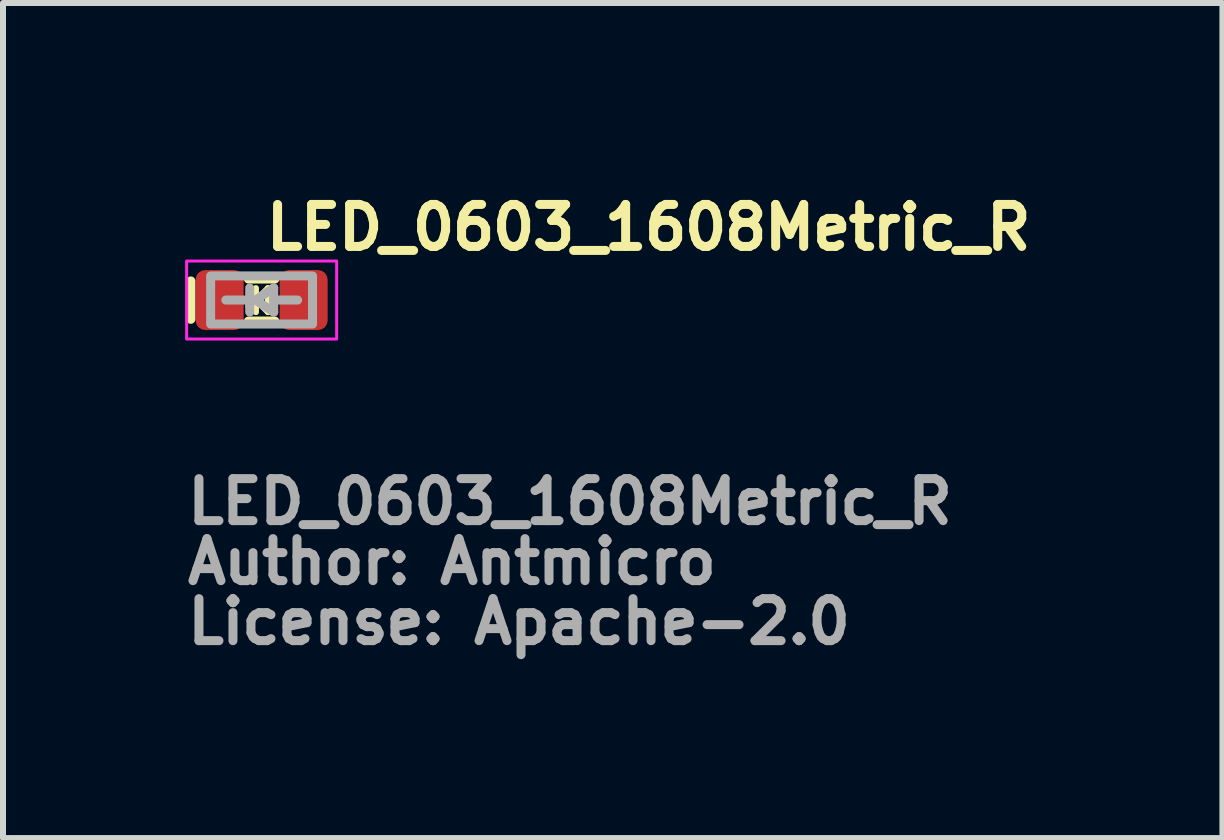
<source format=kicad_pcb>
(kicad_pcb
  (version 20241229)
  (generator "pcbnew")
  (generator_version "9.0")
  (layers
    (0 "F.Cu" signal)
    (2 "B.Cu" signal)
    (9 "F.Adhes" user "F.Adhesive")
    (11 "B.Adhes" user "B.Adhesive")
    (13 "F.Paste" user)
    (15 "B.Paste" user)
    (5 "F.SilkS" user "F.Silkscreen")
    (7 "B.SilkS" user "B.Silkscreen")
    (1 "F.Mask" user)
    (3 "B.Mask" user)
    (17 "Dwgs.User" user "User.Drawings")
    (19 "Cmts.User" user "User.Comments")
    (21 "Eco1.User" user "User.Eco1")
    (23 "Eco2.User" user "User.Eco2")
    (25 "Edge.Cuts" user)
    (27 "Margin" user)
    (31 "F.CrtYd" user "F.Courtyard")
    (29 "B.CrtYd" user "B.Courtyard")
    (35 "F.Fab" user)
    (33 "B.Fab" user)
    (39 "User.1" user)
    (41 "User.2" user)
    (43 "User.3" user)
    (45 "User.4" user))
  (footprint "LED_0603_1608Metric_R"
    (layer "F.Cu")
    (at 1.31 1.95)
    (property "Reference" "LED_0603_1608Metric_R" (at 0 -0.8 0) (layer "F.SilkS") (effects (font (size 0.7 0.7) (thickness 0.15)) (justify left bottom)))
    (attr smd)
    (fp_line (start -1.18 -0.319) (end -1.18 0.321) (stroke (width 0.15) (type solid)) (layer "F.SilkS"))
    (fp_line (start -0.095 0.001) (end -0.24 0.001) (stroke (width 0.1) (type solid)) (layer "F.SilkS"))
    (fp_line (start -0.095 0.001) (end 0.105 -0.199) (stroke (width 0.1) (type solid)) (layer "F.SilkS"))
    (fp_line (start -0.095 0.201) (end -0.095 -0.199) (stroke (width 0.1) (type solid)) (layer "F.SilkS"))
    (fp_line (start 0.105 0.001) (end 0.24 0.001) (stroke (width 0.1) (type solid)) (layer "F.SilkS"))
    (fp_line (start 0.105 0.201) (end -0.095 0.001) (stroke (width 0.1) (type solid)) (layer "F.SilkS"))
    (fp_line (start 0.105 0.201) (end 0.105 -0.199) (stroke (width 0.1) (type solid)) (layer "F.SilkS"))
    (fp_line (start 0.22 -0.35) (end -0.22 -0.35) (stroke (width 0.15) (type solid)) (layer "F.SilkS"))
    (fp_line (start 0.22 0.35) (end -0.22 0.35) (stroke (width 0.15) (type solid)) (layer "F.SilkS"))
    (fp_rect (start 1.25 0.65) (end -1.25 -0.65) (stroke (width 0.05) (type solid)) (fill no) (layer "F.CrtYd"))
    (fp_line (start -0.199 -0.202) (end -0.199 0.1) (stroke (width 0.15) (type solid)) (layer "F.Fab"))
    (fp_line (start -0.199 0) (end -0.597 0) (stroke (width 0.15) (type solid)) (layer "F.Fab"))
    (fp_line (start -0.199 0.2) (end -0.199 0.1) (stroke (width 0.15) (type solid)) (layer "F.Fab"))
    (fp_line (start -0.101 0) (end 0.201 0.2) (stroke (width 0.15) (type solid)) (layer "F.Fab"))
    (fp_line (start 0.201 -0.202) (end -0.101 0) (stroke (width 0.15) (type solid)) (layer "F.Fab"))
    (fp_line (start 0.201 0) (end 0.201 -0.202) (stroke (width 0.15) (type solid)) (layer "F.Fab"))
    (fp_line (start 0.201 0.2) (end 0.201 0) (stroke (width 0.15) (type solid)) (layer "F.Fab"))
    (fp_line (start 0.599 0) (end 0.201 0) (stroke (width 0.15) (type solid)) (layer "F.Fab"))
    (fp_rect (start 0.848 0.4) (end -0.85 -0.402) (stroke (width 0.15) (type solid)) (fill no) (layer "F.Fab"))
    (fp_rect (start -0.81 -0.4) (end 0.81 0.4) (stroke (width 0.1) (type solid)) (fill no) (layer "User.5"))
    (fp_line (start -0.812 -0.342) (end -0.812 -0.15) (stroke (width 0.02) (type solid)) (layer "User.9"))
    (fp_line (start -0.812 -0.15) (end -0.801 -0.151) (stroke (width 0.02) (type solid)) (layer "User.9"))
    (fp_line (start -0.812 0.148) (end -0.812 0.34) (stroke (width 0.02) (type solid)) (layer "User.9"))
    (fp_line (start -0.812 0.34) (end -0.58 0.34) (stroke (width 0.02) (type solid)) (layer "User.9"))
    (fp_line (start -0.806 0.148) (end -0.812 0.148) (stroke (width 0.02) (type solid)) (layer "User.9"))
    (fp_line (start -0.802 -0.402) (end -0.802 -0.342) (stroke (width 0.02) (type solid)) (layer "User.9"))
    (fp_line (start -0.802 0.34) (end -0.802 0.4) (stroke (width 0.02) (type solid)) (layer "User.9"))
    (fp_line (start -0.802 0.4) (end 0.8 0.4) (stroke (width 0.02) (type solid)) (layer "User.9"))
    (fp_line (start -0.801 -0.151) (end -0.791 -0.15) (stroke (width 0.02) (type solid)) (layer "User.9"))
    (fp_line (start -0.801 0.149) (end -0.806 0.148) (stroke (width 0.02) (type solid)) (layer "User.9"))
    (fp_line (start -0.796 0.148) (end -0.801 0.149) (stroke (width 0.02) (type solid)) (layer "User.9"))
    (fp_line (start -0.791 -0.15) (end -0.78 -0.149) (stroke (width 0.02) (type solid)) (layer "User.9"))
    (fp_line (start -0.791 0.148) (end -0.796 0.148) (stroke (width 0.02) (type solid)) (layer "User.9"))
    (fp_line (start -0.786 0.148) (end -0.791 0.148) (stroke (width 0.02) (type solid)) (layer "User.9"))
    (fp_line (start -0.782 -0.392) (end -0.782 -0.342) (stroke (width 0.02) (type solid)) (layer "User.9"))
    (fp_line (start -0.782 0.34) (end -0.782 0.39) (stroke (width 0.02) (type solid)) (layer "User.9"))
    (fp_line (start -0.782 0.39) (end -0.5 0.39) (stroke (width 0.02) (type solid)) (layer "User.9"))
    (fp_line (start -0.78 -0.149) (end -0.77 -0.147) (stroke (width 0.02) (type solid)) (layer "User.9"))
    (fp_line (start -0.78 0.147) (end -0.786 0.148) (stroke (width 0.02) (type solid)) (layer "User.9"))
    (fp_line (start -0.775 0.146) (end -0.78 0.147) (stroke (width 0.02) (type solid)) (layer "User.9"))
    (fp_line (start -0.77 -0.147) (end -0.76 -0.145) (stroke (width 0.02) (type solid)) (layer "User.9"))
    (fp_line (start -0.77 0.145) (end -0.775 0.146) (stroke (width 0.02) (type solid)) (layer "User.9"))
    (fp_line (start -0.764 0.144) (end -0.77 0.145) (stroke (width 0.02) (type solid)) (layer "User.9"))
    (fp_line (start -0.76 -0.145) (end -0.75 -0.143) (stroke (width 0.02) (type solid)) (layer "User.9"))
    (fp_line (start -0.76 0.144) (end -0.764 0.144) (stroke (width 0.02) (type solid)) (layer "User.9"))
    (fp_line (start -0.755 0.142) (end -0.76 0.144) (stroke (width 0.02) (type solid)) (layer "User.9"))
    (fp_line (start -0.75 -0.143) (end -0.74 -0.139) (stroke (width 0.02) (type solid)) (layer "User.9"))
    (fp_line (start -0.75 0.141) (end -0.755 0.142) (stroke (width 0.02) (type solid)) (layer "User.9"))
    (fp_line (start -0.745 0.139) (end -0.75 0.141) (stroke (width 0.02) (type solid)) (layer "User.9"))
    (fp_line (start -0.74 -0.139) (end -0.731 -0.135) (stroke (width 0.02) (type solid)) (layer "User.9"))
    (fp_line (start -0.74 0.137) (end -0.745 0.139) (stroke (width 0.02) (type solid)) (layer "User.9"))
    (fp_line (start -0.736 0.135) (end -0.74 0.137) (stroke (width 0.02) (type solid)) (layer "User.9"))
    (fp_line (start -0.731 -0.135) (end -0.723 -0.13) (stroke (width 0.02) (type solid)) (layer "User.9"))
    (fp_line (start -0.731 0.133) (end -0.736 0.135) (stroke (width 0.02) (type solid)) (layer "User.9"))
    (fp_line (start -0.727 0.13) (end -0.731 0.133) (stroke (width 0.02) (type solid)) (layer "User.9"))
    (fp_line (start -0.723 -0.13) (end -0.714 -0.123) (stroke (width 0.02) (type solid)) (layer "User.9"))
    (fp_line (start -0.723 0.128) (end -0.727 0.13) (stroke (width 0.02) (type solid)) (layer "User.9"))
    (fp_line (start -0.718 0.124) (end -0.723 0.128) (stroke (width 0.02) (type solid)) (layer "User.9"))
    (fp_line (start -0.714 -0.123) (end -0.706 -0.118) (stroke (width 0.02) (type solid)) (layer "User.9"))
    (fp_line (start -0.714 0.121) (end -0.718 0.124) (stroke (width 0.02) (type solid)) (layer "User.9"))
    (fp_line (start -0.71 0.119) (end -0.714 0.121) (stroke (width 0.02) (type solid)) (layer "User.9"))
    (fp_line (start -0.706 -0.118) (end -0.699 -0.11) (stroke (width 0.02) (type solid)) (layer "User.9"))
    (fp_line (start -0.706 0.116) (end -0.71 0.119) (stroke (width 0.02) (type solid)) (layer "User.9"))
    (fp_line (start -0.703 0.113) (end -0.706 0.116) (stroke (width 0.02) (type solid)) (layer "User.9"))
    (fp_line (start -0.699 -0.11) (end -0.692 -0.104) (stroke (width 0.02) (type solid)) (layer "User.9"))
    (fp_line (start -0.699 0.108) (end -0.703 0.113) (stroke (width 0.02) (type solid)) (layer "User.9"))
    (fp_line (start -0.696 0.105) (end -0.699 0.108) (stroke (width 0.02) (type solid)) (layer "User.9"))
    (fp_line (start -0.692 -0.104) (end -0.685 -0.095) (stroke (width 0.02) (type solid)) (layer "User.9"))
    (fp_line (start -0.692 0.102) (end -0.696 0.105) (stroke (width 0.02) (type solid)) (layer "User.9"))
    (fp_line (start -0.689 0.098) (end -0.692 0.102) (stroke (width 0.02) (type solid)) (layer "User.9"))
    (fp_line (start -0.685 -0.095) (end -0.679 -0.088) (stroke (width 0.02) (type solid)) (layer "User.9"))
    (fp_line (start -0.685 0.093) (end -0.689 0.098) (stroke (width 0.02) (type solid)) (layer "User.9"))
    (fp_line (start -0.682 0.089) (end -0.685 0.093) (stroke (width 0.02) (type solid)) (layer "User.9"))
    (fp_line (start -0.679 -0.088) (end -0.673 -0.078) (stroke (width 0.02) (type solid)) (layer "User.9"))
    (fp_line (start -0.679 0.086) (end -0.682 0.089) (stroke (width 0.02) (type solid)) (layer "User.9"))
    (fp_line (start -0.676 0.082) (end -0.679 0.086) (stroke (width 0.02) (type solid)) (layer "User.9"))
    (fp_line (start -0.673 -0.078) (end -0.673 -0.078) (stroke (width 0.02) (type solid)) (layer "User.9"))
    (fp_line (start -0.673 -0.078) (end -0.668 -0.07) (stroke (width 0.02) (type solid)) (layer "User.9"))
    (fp_line (start -0.673 0.076) (end -0.676 0.082) (stroke (width 0.02) (type solid)) (layer "User.9"))
    (fp_line (start -0.673 0.076) (end -0.673 0.076) (stroke (width 0.02) (type solid)) (layer "User.9"))
    (fp_line (start -0.668 -0.07) (end -0.664 -0.06) (stroke (width 0.02) (type solid)) (layer "User.9"))
    (fp_line (start -0.668 0.068) (end -0.673 0.076) (stroke (width 0.02) (type solid)) (layer "User.9"))
    (fp_line (start -0.664 -0.06) (end -0.66 -0.051) (stroke (width 0.02) (type solid)) (layer "User.9"))
    (fp_line (start -0.664 0.059) (end -0.668 0.068) (stroke (width 0.02) (type solid)) (layer "User.9"))
    (fp_line (start -0.66 -0.051) (end -0.657 -0.042) (stroke (width 0.02) (type solid)) (layer "User.9"))
    (fp_line (start -0.66 0.049) (end -0.664 0.059) (stroke (width 0.02) (type solid)) (layer "User.9"))
    (fp_line (start -0.657 -0.042) (end -0.655 -0.031) (stroke (width 0.02) (type solid)) (layer "User.9"))
    (fp_line (start -0.657 0.04) (end -0.66 0.049) (stroke (width 0.02) (type solid)) (layer "User.9"))
    (fp_line (start -0.655 -0.031) (end -0.653 -0.022) (stroke (width 0.02) (type solid)) (layer "User.9"))
    (fp_line (start -0.655 0.029) (end -0.657 0.04) (stroke (width 0.02) (type solid)) (layer "User.9"))
    (fp_line (start -0.653 -0.022) (end -0.652 -0.011) (stroke (width 0.02) (type solid)) (layer "User.9"))
    (fp_line (start -0.653 0.02) (end -0.655 0.029) (stroke (width 0.02) (type solid)) (layer "User.9"))
    (fp_line (start -0.652 -0.011) (end -0.651 0) (stroke (width 0.02) (type solid)) (layer "User.9"))
    (fp_line (start -0.652 0.01) (end -0.653 0.02) (stroke (width 0.02) (type solid)) (layer "User.9"))
    (fp_line (start -0.651 0) (end -0.652 0.01) (stroke (width 0.02) (type solid)) (layer "User.9"))
    (fp_line (start -0.6 -0.308) (end -0.599 -0.311) (stroke (width 0.02) (type solid)) (layer "User.9"))
    (fp_line (start -0.6 -0.306) (end -0.6 -0.308) (stroke (width 0.02) (type solid)) (layer "User.9"))
    (fp_line (start -0.6 -0.303) (end -0.6 -0.306) (stroke (width 0.02) (type solid)) (layer "User.9"))
    (fp_line (start -0.6 -0.3) (end -0.6 -0.303) (stroke (width 0.02) (type solid)) (layer "User.9"))
    (fp_line (start -0.6 -0.3) (end -0.6 0.298) (stroke (width 0.02) (type solid)) (layer "User.9"))
    (fp_line (start -0.6 0.301) (end -0.6 0.298) (stroke (width 0.02) (type solid)) (layer "User.9"))
    (fp_line (start -0.6 0.304) (end -0.6 0.301) (stroke (width 0.02) (type solid)) (layer "User.9"))
    (fp_line (start -0.6 0.306) (end -0.6 0.304) (stroke (width 0.02) (type solid)) (layer "User.9"))
    (fp_line (start -0.599 -0.313) (end -0.598 -0.315) (stroke (width 0.02) (type solid)) (layer "User.9"))
    (fp_line (start -0.599 -0.311) (end -0.599 -0.313) (stroke (width 0.02) (type solid)) (layer "User.9"))
    (fp_line (start -0.599 0.309) (end -0.6 0.306) (stroke (width 0.02) (type solid)) (layer "User.9"))
    (fp_line (start -0.599 0.311) (end -0.599 0.309) (stroke (width 0.02) (type solid)) (layer "User.9"))
    (fp_line (start -0.598 -0.315) (end -0.597 -0.318) (stroke (width 0.02) (type solid)) (layer "User.9"))
    (fp_line (start -0.598 0.313) (end -0.599 0.311) (stroke (width 0.02) (type solid)) (layer "User.9"))
    (fp_line (start -0.597 -0.32) (end -0.596 -0.323) (stroke (width 0.02) (type solid)) (layer "User.9"))
    (fp_line (start -0.597 -0.318) (end -0.597 -0.32) (stroke (width 0.02) (type solid)) (layer "User.9"))
    (fp_line (start -0.597 0.316) (end -0.598 0.313) (stroke (width 0.02) (type solid)) (layer "User.9"))
    (fp_line (start -0.597 0.318) (end -0.597 0.316) (stroke (width 0.02) (type solid)) (layer "User.9"))
    (fp_line (start -0.596 -0.323) (end -0.594 -0.325) (stroke (width 0.02) (type solid)) (layer "User.9"))
    (fp_line (start -0.596 0.321) (end -0.597 0.318) (stroke (width 0.02) (type solid)) (layer "User.9"))
    (fp_line (start -0.594 -0.325) (end -0.593 -0.327) (stroke (width 0.02) (type solid)) (layer "User.9"))
    (fp_line (start -0.594 0.323) (end -0.596 0.321) (stroke (width 0.02) (type solid)) (layer "User.9"))
    (fp_line (start -0.593 -0.327) (end -0.592 -0.329) (stroke (width 0.02) (type solid)) (layer "User.9"))
    (fp_line (start -0.593 0.325) (end -0.594 0.323) (stroke (width 0.02) (type solid)) (layer "User.9"))
    (fp_line (start -0.592 -0.329) (end -0.591 -0.331) (stroke (width 0.02) (type solid)) (layer "User.9"))
    (fp_line (start -0.592 0.327) (end -0.593 0.325) (stroke (width 0.02) (type solid)) (layer "User.9"))
    (fp_line (start -0.591 -0.331) (end -0.589 -0.333) (stroke (width 0.02) (type solid)) (layer "User.9"))
    (fp_line (start -0.591 0.329) (end -0.592 0.327) (stroke (width 0.02) (type solid)) (layer "User.9"))
    (fp_line (start -0.589 -0.333) (end -0.588 -0.335) (stroke (width 0.02) (type solid)) (layer "User.9"))
    (fp_line (start -0.589 0.331) (end -0.591 0.329) (stroke (width 0.02) (type solid)) (layer "User.9"))
    (fp_line (start -0.588 -0.335) (end -0.586 -0.337) (stroke (width 0.02) (type solid)) (layer "User.9"))
    (fp_line (start -0.588 0.333) (end -0.589 0.331) (stroke (width 0.02) (type solid)) (layer "User.9"))
    (fp_line (start -0.586 -0.337) (end -0.584 -0.339) (stroke (width 0.02) (type solid)) (layer "User.9"))
    (fp_line (start -0.586 0.335) (end -0.588 0.333) (stroke (width 0.02) (type solid)) (layer "User.9"))
    (fp_line (start -0.584 -0.339) (end -0.582 -0.34) (stroke (width 0.02) (type solid)) (layer "User.9"))
    (fp_line (start -0.584 0.337) (end -0.586 0.335) (stroke (width 0.02) (type solid)) (layer "User.9"))
    (fp_line (start -0.582 -0.34) (end -0.58 -0.342) (stroke (width 0.02) (type solid)) (layer "User.9"))
    (fp_line (start -0.582 0.338) (end -0.584 0.337) (stroke (width 0.02) (type solid)) (layer "User.9"))
    (fp_line (start -0.58 -0.342) (end -0.812 -0.342) (stroke (width 0.02) (type solid)) (layer "User.9"))
    (fp_line (start -0.58 -0.342) (end -0.578 -0.343) (stroke (width 0.02) (type solid)) (layer "User.9"))
    (fp_line (start -0.58 0.34) (end -0.582 0.338) (stroke (width 0.02) (type solid)) (layer "User.9"))
    (fp_line (start -0.578 -0.343) (end -0.577 -0.344) (stroke (width 0.02) (type solid)) (layer "User.9"))
    (fp_line (start -0.578 0.341) (end -0.58 0.34) (stroke (width 0.02) (type solid)) (layer "User.9"))
    (fp_line (start -0.577 -0.344) (end -0.575 -0.345) (stroke (width 0.02) (type solid)) (layer "User.9"))
    (fp_line (start -0.577 0.342) (end -0.578 0.341) (stroke (width 0.02) (type solid)) (layer "User.9"))
    (fp_line (start -0.575 -0.345) (end -0.573 -0.347) (stroke (width 0.02) (type solid)) (layer "User.9"))
    (fp_line (start -0.575 0.343) (end -0.577 0.342) (stroke (width 0.02) (type solid)) (layer "User.9"))
    (fp_line (start -0.573 -0.347) (end -0.571 -0.348) (stroke (width 0.02) (type solid)) (layer "User.9"))
    (fp_line (start -0.573 0.345) (end -0.575 0.343) (stroke (width 0.02) (type solid)) (layer "User.9"))
    (fp_line (start -0.571 -0.348) (end -0.569 -0.348) (stroke (width 0.02) (type solid)) (layer "User.9"))
    (fp_line (start -0.571 0.346) (end -0.573 0.345) (stroke (width 0.02) (type solid)) (layer "User.9"))
    (fp_line (start -0.569 -0.348) (end -0.566 -0.349) (stroke (width 0.02) (type solid)) (layer "User.9"))
    (fp_line (start -0.569 0.346) (end -0.571 0.346) (stroke (width 0.02) (type solid)) (layer "User.9"))
    (fp_line (start -0.566 -0.349) (end -0.564 -0.35) (stroke (width 0.02) (type solid)) (layer "User.9"))
    (fp_line (start -0.566 0.347) (end -0.569 0.346) (stroke (width 0.02) (type solid)) (layer "User.9"))
    (fp_line (start -0.564 -0.35) (end -0.562 -0.35) (stroke (width 0.02) (type solid)) (layer "User.9"))
    (fp_line (start -0.564 0.348) (end -0.566 0.347) (stroke (width 0.02) (type solid)) (layer "User.9"))
    (fp_line (start -0.562 -0.35) (end -0.559 -0.351) (stroke (width 0.02) (type solid)) (layer "User.9"))
    (fp_line (start -0.562 0.348) (end -0.564 0.348) (stroke (width 0.02) (type solid)) (layer "User.9"))
    (fp_line (start -0.559 -0.351) (end -0.557 -0.351) (stroke (width 0.02) (type solid)) (layer "User.9"))
    (fp_line (start -0.559 0.349) (end -0.562 0.348) (stroke (width 0.02) (type solid)) (layer "User.9"))
    (fp_line (start -0.557 -0.351) (end -0.554 -0.351) (stroke (width 0.02) (type solid)) (layer "User.9"))
    (fp_line (start -0.557 0.349) (end -0.559 0.349) (stroke (width 0.02) (type solid)) (layer "User.9"))
    (fp_line (start -0.554 -0.351) (end -0.552 -0.351) (stroke (width 0.02) (type solid)) (layer "User.9"))
    (fp_line (start -0.554 0.349) (end -0.557 0.349) (stroke (width 0.02) (type solid)) (layer "User.9"))
    (fp_line (start -0.552 0.349) (end -0.554 0.349) (stroke (width 0.02) (type solid)) (layer "User.9"))
    (fp_line (start -0.552 0.349) (end 0.55 0.349) (stroke (width 0.02) (type solid)) (layer "User.9"))
    (fp_line (start -0.5 -0.392) (end -0.782 -0.392) (stroke (width 0.02) (type solid)) (layer "User.9"))
    (fp_line (start -0.5 -0.351) (end -0.5 -0.392) (stroke (width 0.02) (type solid)) (layer "User.9"))
    (fp_line (start -0.5 0.39) (end -0.5 0.349) (stroke (width 0.02) (type solid)) (layer "User.9"))
    (fp_line (start 0.55 -0.351) (end -0.552 -0.351) (stroke (width 0.02) (type solid)) (layer "User.9"))
    (fp_line (start 0.55 -0.351) (end 0.552 -0.351) (stroke (width 0.02) (type solid)) (layer "User.9"))
    (fp_line (start 0.552 -0.351) (end 0.555 -0.351) (stroke (width 0.02) (type solid)) (layer "User.9"))
    (fp_line (start 0.552 0.349) (end 0.55 0.349) (stroke (width 0.02) (type solid)) (layer "User.9"))
    (fp_line (start 0.555 -0.351) (end 0.557 -0.351) (stroke (width 0.02) (type solid)) (layer "User.9"))
    (fp_line (start 0.555 0.349) (end 0.552 0.349) (stroke (width 0.02) (type solid)) (layer "User.9"))
    (fp_line (start 0.557 -0.351) (end 0.56 -0.35) (stroke (width 0.02) (type solid)) (layer "User.9"))
    (fp_line (start 0.557 0.349) (end 0.555 0.349) (stroke (width 0.02) (type solid)) (layer "User.9"))
    (fp_line (start 0.56 -0.35) (end 0.562 -0.35) (stroke (width 0.02) (type solid)) (layer "User.9"))
    (fp_line (start 0.56 0.348) (end 0.557 0.349) (stroke (width 0.02) (type solid)) (layer "User.9"))
    (fp_line (start 0.562 -0.35) (end 0.564 -0.349) (stroke (width 0.02) (type solid)) (layer "User.9"))
    (fp_line (start 0.562 0.348) (end 0.56 0.348) (stroke (width 0.02) (type solid)) (layer "User.9"))
    (fp_line (start 0.564 -0.349) (end 0.567 -0.348) (stroke (width 0.02) (type solid)) (layer "User.9"))
    (fp_line (start 0.564 0.347) (end 0.562 0.348) (stroke (width 0.02) (type solid)) (layer "User.9"))
    (fp_line (start 0.567 -0.348) (end 0.569 -0.348) (stroke (width 0.02) (type solid)) (layer "User.9"))
    (fp_line (start 0.567 0.346) (end 0.564 0.347) (stroke (width 0.02) (type solid)) (layer "User.9"))
    (fp_line (start 0.569 -0.348) (end 0.571 -0.347) (stroke (width 0.02) (type solid)) (layer "User.9"))
    (fp_line (start 0.569 0.346) (end 0.567 0.346) (stroke (width 0.02) (type solid)) (layer "User.9"))
    (fp_line (start 0.571 -0.347) (end 0.573 -0.345) (stroke (width 0.02) (type solid)) (layer "User.9"))
    (fp_line (start 0.571 0.345) (end 0.569 0.346) (stroke (width 0.02) (type solid)) (layer "User.9"))
    (fp_line (start 0.573 -0.345) (end 0.575 -0.344) (stroke (width 0.02) (type solid)) (layer "User.9"))
    (fp_line (start 0.573 0.343) (end 0.571 0.345) (stroke (width 0.02) (type solid)) (layer "User.9"))
    (fp_line (start 0.575 -0.344) (end 0.576 -0.343) (stroke (width 0.02) (type solid)) (layer "User.9"))
    (fp_line (start 0.575 0.342) (end 0.573 0.343) (stroke (width 0.02) (type solid)) (layer "User.9"))
    (fp_line (start 0.576 -0.343) (end 0.578 -0.342) (stroke (width 0.02) (type solid)) (layer "User.9"))
    (fp_line (start 0.576 0.341) (end 0.575 0.342) (stroke (width 0.02) (type solid)) (layer "User.9"))
    (fp_line (start 0.578 -0.342) (end 0.58 -0.34) (stroke (width 0.02) (type solid)) (layer "User.9"))
    (fp_line (start 0.578 0.34) (end 0.576 0.341) (stroke (width 0.02) (type solid)) (layer "User.9"))
    (fp_line (start 0.578 0.34) (end 0.81 0.34) (stroke (width 0.02) (type solid)) (layer "User.9"))
    (fp_line (start 0.58 -0.34) (end 0.582 -0.339) (stroke (width 0.02) (type solid)) (layer "User.9"))
    (fp_line (start 0.58 0.338) (end 0.578 0.34) (stroke (width 0.02) (type solid)) (layer "User.9"))
    (fp_line (start 0.582 -0.339) (end 0.584 -0.337) (stroke (width 0.02) (type solid)) (layer "User.9"))
    (fp_line (start 0.582 0.337) (end 0.58 0.338) (stroke (width 0.02) (type solid)) (layer "User.9"))
    (fp_line (start 0.584 -0.337) (end 0.586 -0.335) (stroke (width 0.02) (type solid)) (layer "User.9"))
    (fp_line (start 0.584 0.335) (end 0.582 0.337) (stroke (width 0.02) (type solid)) (layer "User.9"))
    (fp_line (start 0.586 -0.335) (end 0.587 -0.333) (stroke (width 0.02) (type solid)) (layer "User.9"))
    (fp_line (start 0.586 0.333) (end 0.584 0.335) (stroke (width 0.02) (type solid)) (layer "User.9"))
    (fp_line (start 0.587 -0.333) (end 0.589 -0.331) (stroke (width 0.02) (type solid)) (layer "User.9"))
    (fp_line (start 0.587 0.331) (end 0.586 0.333) (stroke (width 0.02) (type solid)) (layer "User.9"))
    (fp_line (start 0.589 -0.331) (end 0.59 -0.329) (stroke (width 0.02) (type solid)) (layer "User.9"))
    (fp_line (start 0.589 0.329) (end 0.587 0.331) (stroke (width 0.02) (type solid)) (layer "User.9"))
    (fp_line (start 0.59 -0.329) (end 0.591 -0.327) (stroke (width 0.02) (type solid)) (layer "User.9"))
    (fp_line (start 0.59 0.327) (end 0.589 0.329) (stroke (width 0.02) (type solid)) (layer "User.9"))
    (fp_line (start 0.591 -0.327) (end 0.592 -0.325) (stroke (width 0.02) (type solid)) (layer "User.9"))
    (fp_line (start 0.591 0.325) (end 0.59 0.327) (stroke (width 0.02) (type solid)) (layer "User.9"))
    (fp_line (start 0.592 -0.325) (end 0.594 -0.323) (stroke (width 0.02) (type solid)) (layer "User.9"))
    (fp_line (start 0.592 0.323) (end 0.591 0.325) (stroke (width 0.02) (type solid)) (layer "User.9"))
    (fp_line (start 0.594 -0.323) (end 0.595 -0.32) (stroke (width 0.02) (type solid)) (layer "User.9"))
    (fp_line (start 0.594 0.321) (end 0.592 0.323) (stroke (width 0.02) (type solid)) (layer "User.9"))
    (fp_line (start 0.595 -0.32) (end 0.595 -0.318) (stroke (width 0.02) (type solid)) (layer "User.9"))
    (fp_line (start 0.595 -0.318) (end 0.596 -0.315) (stroke (width 0.02) (type solid)) (layer "User.9"))
    (fp_line (start 0.595 0.316) (end 0.595 0.318) (stroke (width 0.02) (type solid)) (layer "User.9"))
    (fp_line (start 0.595 0.318) (end 0.594 0.321) (stroke (width 0.02) (type solid)) (layer "User.9"))
    (fp_line (start 0.596 -0.315) (end 0.597 -0.313) (stroke (width 0.02) (type solid)) (layer "User.9"))
    (fp_line (start 0.596 0.313) (end 0.595 0.316) (stroke (width 0.02) (type solid)) (layer "User.9"))
    (fp_line (start 0.597 -0.313) (end 0.597 -0.311) (stroke (width 0.02) (type solid)) (layer "User.9"))
    (fp_line (start 0.597 -0.311) (end 0.598 -0.308) (stroke (width 0.02) (type solid)) (layer "User.9"))
    (fp_line (start 0.597 0.309) (end 0.597 0.311) (stroke (width 0.02) (type solid)) (layer "User.9"))
    (fp_line (start 0.597 0.311) (end 0.596 0.313) (stroke (width 0.02) (type solid)) (layer "User.9"))
    (fp_line (start 0.598 -0.308) (end 0.598 -0.306) (stroke (width 0.02) (type solid)) (layer "User.9"))
    (fp_line (start 0.598 -0.306) (end 0.598 -0.303) (stroke (width 0.02) (type solid)) (layer "User.9"))
    (fp_line (start 0.598 -0.303) (end 0.598 -0.3) (stroke (width 0.02) (type solid)) (layer "User.9"))
    (fp_line (start 0.598 0.298) (end 0.598 -0.3) (stroke (width 0.02) (type solid)) (layer "User.9"))
    (fp_line (start 0.598 0.298) (end 0.598 0.301) (stroke (width 0.02) (type solid)) (layer "User.9"))
    (fp_line (start 0.598 0.301) (end 0.598 0.304) (stroke (width 0.02) (type solid)) (layer "User.9"))
    (fp_line (start 0.598 0.304) (end 0.598 0.306) (stroke (width 0.02) (type solid)) (layer "User.9"))
    (fp_line (start 0.598 0.306) (end 0.597 0.309) (stroke (width 0.02) (type solid)) (layer "User.9"))
    (fp_line (start 0.65 -0.016) (end 0.651 -0.024) (stroke (width 0.02) (type solid)) (layer "User.9"))
    (fp_line (start 0.65 -0.008) (end 0.65 -0.016) (stroke (width 0.02) (type solid)) (layer "User.9"))
    (fp_line (start 0.65 0) (end 0.65 -0.008) (stroke (width 0.02) (type solid)) (layer "User.9"))
    (fp_line (start 0.65 0.007) (end 0.65 0) (stroke (width 0.02) (type solid)) (layer "User.9"))
    (fp_line (start 0.65 0.014) (end 0.65 0.007) (stroke (width 0.02) (type solid)) (layer "User.9"))
    (fp_line (start 0.651 -0.024) (end 0.653 -0.031) (stroke (width 0.02) (type solid)) (layer "User.9"))
    (fp_line (start 0.651 0.022) (end 0.65 0.014) (stroke (width 0.02) (type solid)) (layer "User.9"))
    (fp_line (start 0.653 -0.031) (end 0.654 -0.039) (stroke (width 0.02) (type solid)) (layer "User.9"))
    (fp_line (start 0.653 0.029) (end 0.651 0.022) (stroke (width 0.02) (type solid)) (layer "User.9"))
    (fp_line (start 0.654 -0.039) (end 0.657 -0.046) (stroke (width 0.02) (type solid)) (layer "User.9"))
    (fp_line (start 0.654 0.037) (end 0.653 0.029) (stroke (width 0.02) (type solid)) (layer "User.9"))
    (fp_line (start 0.657 -0.046) (end 0.659 -0.053) (stroke (width 0.02) (type solid)) (layer "User.9"))
    (fp_line (start 0.657 0.044) (end 0.654 0.037) (stroke (width 0.02) (type solid)) (layer "User.9"))
    (fp_line (start 0.659 -0.053) (end 0.662 -0.06) (stroke (width 0.02) (type solid)) (layer "User.9"))
    (fp_line (start 0.659 0.052) (end 0.657 0.044) (stroke (width 0.02) (type solid)) (layer "User.9"))
    (fp_line (start 0.662 -0.06) (end 0.665 -0.068) (stroke (width 0.02) (type solid)) (layer "User.9"))
    (fp_line (start 0.662 0.059) (end 0.659 0.052) (stroke (width 0.02) (type solid)) (layer "User.9"))
    (fp_line (start 0.665 -0.068) (end 0.669 -0.074) (stroke (width 0.02) (type solid)) (layer "User.9"))
    (fp_line (start 0.665 0.066) (end 0.662 0.059) (stroke (width 0.02) (type solid)) (layer "User.9"))
    (fp_line (start 0.669 -0.074) (end 0.673 -0.08) (stroke (width 0.02) (type solid)) (layer "User.9"))
    (fp_line (start 0.669 0.072) (end 0.665 0.066) (stroke (width 0.02) (type solid)) (layer "User.9"))
    (fp_line (start 0.673 -0.08) (end 0.677 -0.088) (stroke (width 0.02) (type solid)) (layer "User.9"))
    (fp_line (start 0.673 0.078) (end 0.669 0.072) (stroke (width 0.02) (type solid)) (layer "User.9"))
    (fp_line (start 0.677 -0.088) (end 0.681 -0.093) (stroke (width 0.02) (type solid)) (layer "User.9"))
    (fp_line (start 0.677 0.086) (end 0.673 0.078) (stroke (width 0.02) (type solid)) (layer "User.9"))
    (fp_line (start 0.681 -0.093) (end 0.686 -0.1) (stroke (width 0.02) (type solid)) (layer "User.9"))
    (fp_line (start 0.681 0.091) (end 0.677 0.086) (stroke (width 0.02) (type solid)) (layer "User.9"))
    (fp_line (start 0.686 -0.1) (end 0.691 -0.105) (stroke (width 0.02) (type solid)) (layer "User.9"))
    (fp_line (start 0.686 0.098) (end 0.681 0.091) (stroke (width 0.02) (type solid)) (layer "User.9"))
    (fp_line (start 0.691 -0.105) (end 0.697 -0.11) (stroke (width 0.02) (type solid)) (layer "User.9"))
    (fp_line (start 0.691 0.104) (end 0.686 0.098) (stroke (width 0.02) (type solid)) (layer "User.9"))
    (fp_line (start 0.697 -0.11) (end 0.697 -0.11) (stroke (width 0.02) (type solid)) (layer "User.9"))
    (fp_line (start 0.697 -0.11) (end 0.703 -0.116) (stroke (width 0.02) (type solid)) (layer "User.9"))
    (fp_line (start 0.697 0.108) (end 0.691 0.104) (stroke (width 0.02) (type solid)) (layer "User.9"))
    (fp_line (start 0.697 0.108) (end 0.697 0.108) (stroke (width 0.02) (type solid)) (layer "User.9"))
    (fp_line (start 0.703 -0.116) (end 0.708 -0.12) (stroke (width 0.02) (type solid)) (layer "User.9"))
    (fp_line (start 0.703 0.114) (end 0.697 0.108) (stroke (width 0.02) (type solid)) (layer "User.9"))
    (fp_line (start 0.708 -0.12) (end 0.714 -0.125) (stroke (width 0.02) (type solid)) (layer "User.9"))
    (fp_line (start 0.708 0.119) (end 0.703 0.114) (stroke (width 0.02) (type solid)) (layer "User.9"))
    (fp_line (start 0.714 -0.125) (end 0.721 -0.13) (stroke (width 0.02) (type solid)) (layer "User.9"))
    (fp_line (start 0.714 0.123) (end 0.708 0.119) (stroke (width 0.02) (type solid)) (layer "User.9"))
    (fp_line (start 0.721 -0.13) (end 0.727 -0.133) (stroke (width 0.02) (type solid)) (layer "User.9"))
    (fp_line (start 0.721 0.128) (end 0.714 0.123) (stroke (width 0.02) (type solid)) (layer "User.9"))
    (fp_line (start 0.727 -0.133) (end 0.734 -0.137) (stroke (width 0.02) (type solid)) (layer "User.9"))
    (fp_line (start 0.727 0.131) (end 0.721 0.128) (stroke (width 0.02) (type solid)) (layer "User.9"))
    (fp_line (start 0.734 -0.137) (end 0.741 -0.14) (stroke (width 0.02) (type solid)) (layer "User.9"))
    (fp_line (start 0.734 0.135) (end 0.727 0.131) (stroke (width 0.02) (type solid)) (layer "User.9"))
    (fp_line (start 0.741 -0.14) (end 0.748 -0.143) (stroke (width 0.02) (type solid)) (layer "User.9"))
    (fp_line (start 0.741 0.138) (end 0.734 0.135) (stroke (width 0.02) (type solid)) (layer "User.9"))
    (fp_line (start 0.748 -0.143) (end 0.755 -0.145) (stroke (width 0.02) (type solid)) (layer "User.9"))
    (fp_line (start 0.748 0.141) (end 0.741 0.138) (stroke (width 0.02) (type solid)) (layer "User.9"))
    (fp_line (start 0.755 -0.145) (end 0.763 -0.146) (stroke (width 0.02) (type solid)) (layer "User.9"))
    (fp_line (start 0.755 0.143) (end 0.748 0.141) (stroke (width 0.02) (type solid)) (layer "User.9"))
    (fp_line (start 0.763 -0.146) (end 0.771 -0.148) (stroke (width 0.02) (type solid)) (layer "User.9"))
    (fp_line (start 0.763 0.144) (end 0.755 0.143) (stroke (width 0.02) (type solid)) (layer "User.9"))
    (fp_line (start 0.771 -0.148) (end 0.779 -0.149) (stroke (width 0.02) (type solid)) (layer "User.9"))
    (fp_line (start 0.771 0.146) (end 0.763 0.144) (stroke (width 0.02) (type solid)) (layer "User.9"))
    (fp_line (start 0.779 -0.149) (end 0.786 -0.15) (stroke (width 0.02) (type solid)) (layer "User.9"))
    (fp_line (start 0.779 0.147) (end 0.771 0.146) (stroke (width 0.02) (type solid)) (layer "User.9"))
    (fp_line (start 0.786 -0.15) (end 0.794 -0.15) (stroke (width 0.02) (type solid)) (layer "User.9"))
    (fp_line (start 0.786 0.148) (end 0.779 0.147) (stroke (width 0.02) (type solid)) (layer "User.9"))
    (fp_line (start 0.794 -0.15) (end 0.802 -0.15) (stroke (width 0.02) (type solid)) (layer "User.9"))
    (fp_line (start 0.794 0.148) (end 0.786 0.148) (stroke (width 0.02) (type solid)) (layer "User.9"))
    (fp_line (start 0.8 -0.402) (end -0.802 -0.402) (stroke (width 0.02) (type solid)) (layer "User.9"))
    (fp_line (start 0.8 -0.342) (end 0.8 -0.402) (stroke (width 0.02) (type solid)) (layer "User.9"))
    (fp_line (start 0.8 0.4) (end 0.8 0.34) (stroke (width 0.02) (type solid)) (layer "User.9"))
    (fp_line (start 0.802 -0.15) (end 0.81 -0.15) (stroke (width 0.02) (type solid)) (layer "User.9"))
    (fp_line (start 0.802 0.148) (end 0.794 0.148) (stroke (width 0.02) (type solid)) (layer "User.9"))
    (fp_line (start 0.81 -0.342) (end 0.578 -0.342) (stroke (width 0.02) (type solid)) (layer "User.9"))
    (fp_line (start 0.81 -0.15) (end 0.81 -0.342) (stroke (width 0.02) (type solid)) (layer "User.9"))
    (fp_line (start 0.81 0.148) (end 0.802 0.148) (stroke (width 0.02) (type solid)) (layer "User.9"))
    (fp_line (start 0.81 0.34) (end 0.81 0.148) (stroke (width 0.02) (type solid)) (layer "User.9"))
    (fp_text user "License: Apache-2.0" (at -1.31 5.769 0) (layer "F.Fab") (effects (font (size 0.7 0.7) (thickness 0.15)) (justify left bottom)))
    (fp_text user "Author: Antmicro" (at -1.31 4.769 0) (layer "F.Fab") (effects (font (size 0.7 0.7) (thickness 0.15)) (justify left bottom)))
    (fp_text user "${REFERENCE}" (at -1.31 3.769 0) (layer "F.Fab") (effects (font (size 0.7 0.7) (thickness 0.15)) (justify left bottom)))
    (pad "1" smd roundrect (at -0.7 0 180) (size 0.8 1) (layers "F.Cu" "F.Mask" "F.Paste") (roundrect_rratio 0.2))
    (pad "2" smd roundrect (at 0.7 0 180) (size 0.8 1) (layers "F.Cu" "F.Mask" "F.Paste") (roundrect_rratio 0.2)))
  (gr_rect
    (start -3 -3)
    (end 17.32 10.915)
    (stroke (width 0.1) (type default))
    (fill no)
    (layer "Edge.Cuts")))
</source>
